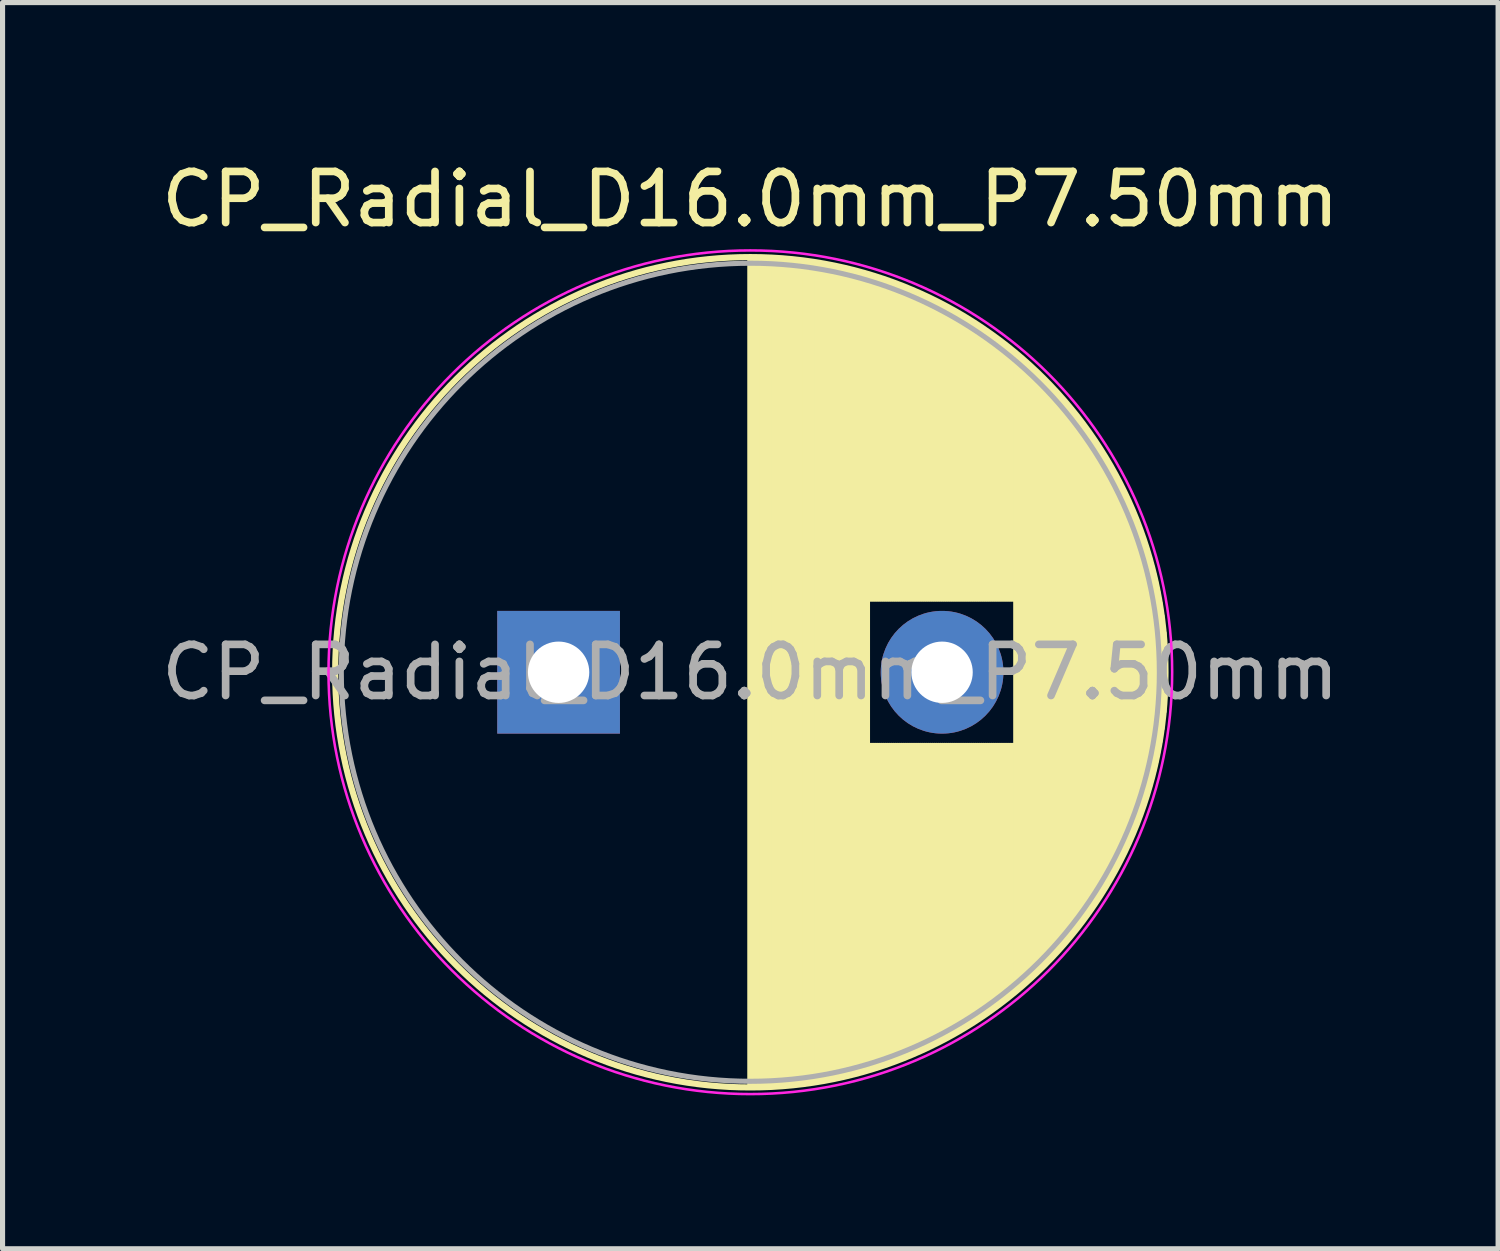
<source format=kicad_pcb>
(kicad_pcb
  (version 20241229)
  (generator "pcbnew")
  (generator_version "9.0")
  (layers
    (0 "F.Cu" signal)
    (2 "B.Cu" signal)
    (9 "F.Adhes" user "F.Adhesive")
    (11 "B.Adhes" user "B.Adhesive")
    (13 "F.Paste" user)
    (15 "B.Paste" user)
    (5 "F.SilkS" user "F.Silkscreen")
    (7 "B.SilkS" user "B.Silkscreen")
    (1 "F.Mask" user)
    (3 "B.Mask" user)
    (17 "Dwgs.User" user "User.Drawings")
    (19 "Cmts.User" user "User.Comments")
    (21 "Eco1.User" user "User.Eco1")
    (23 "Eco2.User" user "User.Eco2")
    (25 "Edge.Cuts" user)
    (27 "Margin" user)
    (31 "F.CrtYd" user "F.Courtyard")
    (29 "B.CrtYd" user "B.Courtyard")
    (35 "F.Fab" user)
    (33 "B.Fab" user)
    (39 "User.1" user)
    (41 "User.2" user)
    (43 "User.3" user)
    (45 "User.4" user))
  (footprint "CP_Radial_D16.0mm_P7.50mm"
    (layer "F.Cu")
    (at 7.875 10.098)
    (property "Reference" "CP_Radial_D16.0mm_P7.50mm" (at 3.75 -9.25 0) (layer "F.SilkS") (effects (font (size 1 1) (thickness 0.15))))
    (attr through_hole)
    (fp_line (start 3.75 -8.081) (end 3.75 8.081) (stroke (width 0.12) (type solid)) (layer "F.SilkS"))
    (fp_line (start 3.79 -8.08) (end 3.79 8.08) (stroke (width 0.12) (type solid)) (layer "F.SilkS"))
    (fp_line (start 3.83 -8.08) (end 3.83 8.08) (stroke (width 0.12) (type solid)) (layer "F.SilkS"))
    (fp_line (start 3.87 -8.08) (end 3.87 8.08) (stroke (width 0.12) (type solid)) (layer "F.SilkS"))
    (fp_line (start 3.91 -8.079) (end 3.91 8.079) (stroke (width 0.12) (type solid)) (layer "F.SilkS"))
    (fp_line (start 3.95 -8.078) (end 3.95 8.078) (stroke (width 0.12) (type solid)) (layer "F.SilkS"))
    (fp_line (start 3.99 -8.077) (end 3.99 8.077) (stroke (width 0.12) (type solid)) (layer "F.SilkS"))
    (fp_line (start 4.03 -8.076) (end 4.03 8.076) (stroke (width 0.12) (type solid)) (layer "F.SilkS"))
    (fp_line (start 4.07 -8.074) (end 4.07 8.074) (stroke (width 0.12) (type solid)) (layer "F.SilkS"))
    (fp_line (start 4.11 -8.073) (end 4.11 8.073) (stroke (width 0.12) (type solid)) (layer "F.SilkS"))
    (fp_line (start 4.15 -8.071) (end 4.15 8.071) (stroke (width 0.12) (type solid)) (layer "F.SilkS"))
    (fp_line (start 4.19 -8.069) (end 4.19 8.069) (stroke (width 0.12) (type solid)) (layer "F.SilkS"))
    (fp_line (start 4.23 -8.066) (end 4.23 8.066) (stroke (width 0.12) (type solid)) (layer "F.SilkS"))
    (fp_line (start 4.27 -8.064) (end 4.27 8.064) (stroke (width 0.12) (type solid)) (layer "F.SilkS"))
    (fp_line (start 4.31 -8.061) (end 4.31 8.061) (stroke (width 0.12) (type solid)) (layer "F.SilkS"))
    (fp_line (start 4.35 -8.058) (end 4.35 8.058) (stroke (width 0.12) (type solid)) (layer "F.SilkS"))
    (fp_line (start 4.39 -8.055) (end 4.39 8.055) (stroke (width 0.12) (type solid)) (layer "F.SilkS"))
    (fp_line (start 4.43 -8.052) (end 4.43 8.052) (stroke (width 0.12) (type solid)) (layer "F.SilkS"))
    (fp_line (start 4.471 -8.049) (end 4.471 8.049) (stroke (width 0.12) (type solid)) (layer "F.SilkS"))
    (fp_line (start 4.511 -8.045) (end 4.511 8.045) (stroke (width 0.12) (type solid)) (layer "F.SilkS"))
    (fp_line (start 4.551 -8.041) (end 4.551 8.041) (stroke (width 0.12) (type solid)) (layer "F.SilkS"))
    (fp_line (start 4.591 -8.037) (end 4.591 8.037) (stroke (width 0.12) (type solid)) (layer "F.SilkS"))
    (fp_line (start 4.631 -8.033) (end 4.631 8.033) (stroke (width 0.12) (type solid)) (layer "F.SilkS"))
    (fp_line (start 4.671 -8.028) (end 4.671 8.028) (stroke (width 0.12) (type solid)) (layer "F.SilkS"))
    (fp_line (start 4.711 -8.024) (end 4.711 8.024) (stroke (width 0.12) (type solid)) (layer "F.SilkS"))
    (fp_line (start 4.751 -8.019) (end 4.751 8.019) (stroke (width 0.12) (type solid)) (layer "F.SilkS"))
    (fp_line (start 4.791 -8.014) (end 4.791 8.014) (stroke (width 0.12) (type solid)) (layer "F.SilkS"))
    (fp_line (start 4.831 -8.008) (end 4.831 8.008) (stroke (width 0.12) (type solid)) (layer "F.SilkS"))
    (fp_line (start 4.871 -8.003) (end 4.871 8.003) (stroke (width 0.12) (type solid)) (layer "F.SilkS"))
    (fp_line (start 4.911 -7.997) (end 4.911 7.997) (stroke (width 0.12) (type solid)) (layer "F.SilkS"))
    (fp_line (start 4.951 -7.991) (end 4.951 7.991) (stroke (width 0.12) (type solid)) (layer "F.SilkS"))
    (fp_line (start 4.991 -7.985) (end 4.991 7.985) (stroke (width 0.12) (type solid)) (layer "F.SilkS"))
    (fp_line (start 5.031 -7.979) (end 5.031 7.979) (stroke (width 0.12) (type solid)) (layer "F.SilkS"))
    (fp_line (start 5.071 -7.972) (end 5.071 7.972) (stroke (width 0.12) (type solid)) (layer "F.SilkS"))
    (fp_line (start 5.111 -7.966) (end 5.111 7.966) (stroke (width 0.12) (type solid)) (layer "F.SilkS"))
    (fp_line (start 5.151 -7.959) (end 5.151 7.959) (stroke (width 0.12) (type solid)) (layer "F.SilkS"))
    (fp_line (start 5.191 -7.952) (end 5.191 7.952) (stroke (width 0.12) (type solid)) (layer "F.SilkS"))
    (fp_line (start 5.231 -7.944) (end 5.231 7.944) (stroke (width 0.12) (type solid)) (layer "F.SilkS"))
    (fp_line (start 5.271 -7.937) (end 5.271 7.937) (stroke (width 0.12) (type solid)) (layer "F.SilkS"))
    (fp_line (start 5.311 -7.929) (end 5.311 7.929) (stroke (width 0.12) (type solid)) (layer "F.SilkS"))
    (fp_line (start 5.351 -7.921) (end 5.351 7.921) (stroke (width 0.12) (type solid)) (layer "F.SilkS"))
    (fp_line (start 5.391 -7.913) (end 5.391 7.913) (stroke (width 0.12) (type solid)) (layer "F.SilkS"))
    (fp_line (start 5.431 -7.905) (end 5.431 7.905) (stroke (width 0.12) (type solid)) (layer "F.SilkS"))
    (fp_line (start 5.471 -7.896) (end 5.471 7.896) (stroke (width 0.12) (type solid)) (layer "F.SilkS"))
    (fp_line (start 5.511 -7.887) (end 5.511 7.887) (stroke (width 0.12) (type solid)) (layer "F.SilkS"))
    (fp_line (start 5.551 -7.878) (end 5.551 7.878) (stroke (width 0.12) (type solid)) (layer "F.SilkS"))
    (fp_line (start 5.591 -7.869) (end 5.591 7.869) (stroke (width 0.12) (type solid)) (layer "F.SilkS"))
    (fp_line (start 5.631 -7.86) (end 5.631 7.86) (stroke (width 0.12) (type solid)) (layer "F.SilkS"))
    (fp_line (start 5.671 -7.85) (end 5.671 7.85) (stroke (width 0.12) (type solid)) (layer "F.SilkS"))
    (fp_line (start 5.711 -7.84) (end 5.711 7.84) (stroke (width 0.12) (type solid)) (layer "F.SilkS"))
    (fp_line (start 5.751 -7.83) (end 5.751 7.83) (stroke (width 0.12) (type solid)) (layer "F.SilkS"))
    (fp_line (start 5.791 -7.82) (end 5.791 7.82) (stroke (width 0.12) (type solid)) (layer "F.SilkS"))
    (fp_line (start 5.831 -7.81) (end 5.831 7.81) (stroke (width 0.12) (type solid)) (layer "F.SilkS"))
    (fp_line (start 5.871 -7.799) (end 5.871 7.799) (stroke (width 0.12) (type solid)) (layer "F.SilkS"))
    (fp_line (start 5.911 -7.788) (end 5.911 7.788) (stroke (width 0.12) (type solid)) (layer "F.SilkS"))
    (fp_line (start 5.951 -7.777) (end 5.951 7.777) (stroke (width 0.12) (type solid)) (layer "F.SilkS"))
    (fp_line (start 5.991 -7.765) (end 5.991 7.765) (stroke (width 0.12) (type solid)) (layer "F.SilkS"))
    (fp_line (start 6.031 -7.754) (end 6.031 7.754) (stroke (width 0.12) (type solid)) (layer "F.SilkS"))
    (fp_line (start 6.071 -7.742) (end 6.071 -1.44) (stroke (width 0.12) (type solid)) (layer "F.SilkS"))
    (fp_line (start 6.071 1.44) (end 6.071 7.742) (stroke (width 0.12) (type solid)) (layer "F.SilkS"))
    (fp_line (start 6.111 -7.73) (end 6.111 -1.44) (stroke (width 0.12) (type solid)) (layer "F.SilkS"))
    (fp_line (start 6.111 1.44) (end 6.111 7.73) (stroke (width 0.12) (type solid)) (layer "F.SilkS"))
    (fp_line (start 6.151 -7.718) (end 6.151 -1.44) (stroke (width 0.12) (type solid)) (layer "F.SilkS"))
    (fp_line (start 6.151 1.44) (end 6.151 7.718) (stroke (width 0.12) (type solid)) (layer "F.SilkS"))
    (fp_line (start 6.191 -7.705) (end 6.191 -1.44) (stroke (width 0.12) (type solid)) (layer "F.SilkS"))
    (fp_line (start 6.191 1.44) (end 6.191 7.705) (stroke (width 0.12) (type solid)) (layer "F.SilkS"))
    (fp_line (start 6.231 -7.693) (end 6.231 -1.44) (stroke (width 0.12) (type solid)) (layer "F.SilkS"))
    (fp_line (start 6.231 1.44) (end 6.231 7.693) (stroke (width 0.12) (type solid)) (layer "F.SilkS"))
    (fp_line (start 6.271 -7.68) (end 6.271 -1.44) (stroke (width 0.12) (type solid)) (layer "F.SilkS"))
    (fp_line (start 6.271 1.44) (end 6.271 7.68) (stroke (width 0.12) (type solid)) (layer "F.SilkS"))
    (fp_line (start 6.311 -7.666) (end 6.311 -1.44) (stroke (width 0.12) (type solid)) (layer "F.SilkS"))
    (fp_line (start 6.311 1.44) (end 6.311 7.666) (stroke (width 0.12) (type solid)) (layer "F.SilkS"))
    (fp_line (start 6.351 -7.653) (end 6.351 -1.44) (stroke (width 0.12) (type solid)) (layer "F.SilkS"))
    (fp_line (start 6.351 1.44) (end 6.351 7.653) (stroke (width 0.12) (type solid)) (layer "F.SilkS"))
    (fp_line (start 6.391 -7.639) (end 6.391 -1.44) (stroke (width 0.12) (type solid)) (layer "F.SilkS"))
    (fp_line (start 6.391 1.44) (end 6.391 7.639) (stroke (width 0.12) (type solid)) (layer "F.SilkS"))
    (fp_line (start 6.431 -7.625) (end 6.431 -1.44) (stroke (width 0.12) (type solid)) (layer "F.SilkS"))
    (fp_line (start 6.431 1.44) (end 6.431 7.625) (stroke (width 0.12) (type solid)) (layer "F.SilkS"))
    (fp_line (start 6.471 -7.611) (end 6.471 -1.44) (stroke (width 0.12) (type solid)) (layer "F.SilkS"))
    (fp_line (start 6.471 1.44) (end 6.471 7.611) (stroke (width 0.12) (type solid)) (layer "F.SilkS"))
    (fp_line (start 6.511 -7.597) (end 6.511 -1.44) (stroke (width 0.12) (type solid)) (layer "F.SilkS"))
    (fp_line (start 6.511 1.44) (end 6.511 7.597) (stroke (width 0.12) (type solid)) (layer "F.SilkS"))
    (fp_line (start 6.551 -7.582) (end 6.551 -1.44) (stroke (width 0.12) (type solid)) (layer "F.SilkS"))
    (fp_line (start 6.551 1.44) (end 6.551 7.582) (stroke (width 0.12) (type solid)) (layer "F.SilkS"))
    (fp_line (start 6.591 -7.568) (end 6.591 -1.44) (stroke (width 0.12) (type solid)) (layer "F.SilkS"))
    (fp_line (start 6.591 1.44) (end 6.591 7.568) (stroke (width 0.12) (type solid)) (layer "F.SilkS"))
    (fp_line (start 6.631 -7.553) (end 6.631 -1.44) (stroke (width 0.12) (type solid)) (layer "F.SilkS"))
    (fp_line (start 6.631 1.44) (end 6.631 7.553) (stroke (width 0.12) (type solid)) (layer "F.SilkS"))
    (fp_line (start 6.671 -7.537) (end 6.671 -1.44) (stroke (width 0.12) (type solid)) (layer "F.SilkS"))
    (fp_line (start 6.671 1.44) (end 6.671 7.537) (stroke (width 0.12) (type solid)) (layer "F.SilkS"))
    (fp_line (start 6.711 -7.522) (end 6.711 -1.44) (stroke (width 0.12) (type solid)) (layer "F.SilkS"))
    (fp_line (start 6.711 1.44) (end 6.711 7.522) (stroke (width 0.12) (type solid)) (layer "F.SilkS"))
    (fp_line (start 6.751 -7.506) (end 6.751 -1.44) (stroke (width 0.12) (type solid)) (layer "F.SilkS"))
    (fp_line (start 6.751 1.44) (end 6.751 7.506) (stroke (width 0.12) (type solid)) (layer "F.SilkS"))
    (fp_line (start 6.791 -7.49) (end 6.791 -1.44) (stroke (width 0.12) (type solid)) (layer "F.SilkS"))
    (fp_line (start 6.791 1.44) (end 6.791 7.49) (stroke (width 0.12) (type solid)) (layer "F.SilkS"))
    (fp_line (start 6.831 -7.474) (end 6.831 -1.44) (stroke (width 0.12) (type solid)) (layer "F.SilkS"))
    (fp_line (start 6.831 1.44) (end 6.831 7.474) (stroke (width 0.12) (type solid)) (layer "F.SilkS"))
    (fp_line (start 6.871 -7.457) (end 6.871 -1.44) (stroke (width 0.12) (type solid)) (layer "F.SilkS"))
    (fp_line (start 6.871 1.44) (end 6.871 7.457) (stroke (width 0.12) (type solid)) (layer "F.SilkS"))
    (fp_line (start 6.911 -7.44) (end 6.911 -1.44) (stroke (width 0.12) (type solid)) (layer "F.SilkS"))
    (fp_line (start 6.911 1.44) (end 6.911 7.44) (stroke (width 0.12) (type solid)) (layer "F.SilkS"))
    (fp_line (start 6.951 -7.423) (end 6.951 -1.44) (stroke (width 0.12) (type solid)) (layer "F.SilkS"))
    (fp_line (start 6.951 1.44) (end 6.951 7.423) (stroke (width 0.12) (type solid)) (layer "F.SilkS"))
    (fp_line (start 6.991 -7.406) (end 6.991 -1.44) (stroke (width 0.12) (type solid)) (layer "F.SilkS"))
    (fp_line (start 6.991 1.44) (end 6.991 7.406) (stroke (width 0.12) (type solid)) (layer "F.SilkS"))
    (fp_line (start 7.031 -7.389) (end 7.031 -1.44) (stroke (width 0.12) (type solid)) (layer "F.SilkS"))
    (fp_line (start 7.031 1.44) (end 7.031 7.389) (stroke (width 0.12) (type solid)) (layer "F.SilkS"))
    (fp_line (start 7.071 -7.371) (end 7.071 -1.44) (stroke (width 0.12) (type solid)) (layer "F.SilkS"))
    (fp_line (start 7.071 1.44) (end 7.071 7.371) (stroke (width 0.12) (type solid)) (layer "F.SilkS"))
    (fp_line (start 7.111 -7.353) (end 7.111 -1.44) (stroke (width 0.12) (type solid)) (layer "F.SilkS"))
    (fp_line (start 7.111 1.44) (end 7.111 7.353) (stroke (width 0.12) (type solid)) (layer "F.SilkS"))
    (fp_line (start 7.151 -7.334) (end 7.151 -1.44) (stroke (width 0.12) (type solid)) (layer "F.SilkS"))
    (fp_line (start 7.151 1.44) (end 7.151 7.334) (stroke (width 0.12) (type solid)) (layer "F.SilkS"))
    (fp_line (start 7.191 -7.316) (end 7.191 -1.44) (stroke (width 0.12) (type solid)) (layer "F.SilkS"))
    (fp_line (start 7.191 1.44) (end 7.191 7.316) (stroke (width 0.12) (type solid)) (layer "F.SilkS"))
    (fp_line (start 7.231 -7.297) (end 7.231 -1.44) (stroke (width 0.12) (type solid)) (layer "F.SilkS"))
    (fp_line (start 7.231 1.44) (end 7.231 7.297) (stroke (width 0.12) (type solid)) (layer "F.SilkS"))
    (fp_line (start 7.271 -7.278) (end 7.271 -1.44) (stroke (width 0.12) (type solid)) (layer "F.SilkS"))
    (fp_line (start 7.271 1.44) (end 7.271 7.278) (stroke (width 0.12) (type solid)) (layer "F.SilkS"))
    (fp_line (start 7.311 -7.258) (end 7.311 -1.44) (stroke (width 0.12) (type solid)) (layer "F.SilkS"))
    (fp_line (start 7.311 1.44) (end 7.311 7.258) (stroke (width 0.12) (type solid)) (layer "F.SilkS"))
    (fp_line (start 7.351 -7.239) (end 7.351 -1.44) (stroke (width 0.12) (type solid)) (layer "F.SilkS"))
    (fp_line (start 7.351 1.44) (end 7.351 7.239) (stroke (width 0.12) (type solid)) (layer "F.SilkS"))
    (fp_line (start 7.391 -7.219) (end 7.391 -1.44) (stroke (width 0.12) (type solid)) (layer "F.SilkS"))
    (fp_line (start 7.391 1.44) (end 7.391 7.219) (stroke (width 0.12) (type solid)) (layer "F.SilkS"))
    (fp_line (start 7.431 -7.199) (end 7.431 -1.44) (stroke (width 0.12) (type solid)) (layer "F.SilkS"))
    (fp_line (start 7.431 1.44) (end 7.431 7.199) (stroke (width 0.12) (type solid)) (layer "F.SilkS"))
    (fp_line (start 7.471 -7.178) (end 7.471 -1.44) (stroke (width 0.12) (type solid)) (layer "F.SilkS"))
    (fp_line (start 7.471 1.44) (end 7.471 7.178) (stroke (width 0.12) (type solid)) (layer "F.SilkS"))
    (fp_line (start 7.511 -7.157) (end 7.511 -1.44) (stroke (width 0.12) (type solid)) (layer "F.SilkS"))
    (fp_line (start 7.511 1.44) (end 7.511 7.157) (stroke (width 0.12) (type solid)) (layer "F.SilkS"))
    (fp_line (start 7.551 -7.136) (end 7.551 -1.44) (stroke (width 0.12) (type solid)) (layer "F.SilkS"))
    (fp_line (start 7.551 1.44) (end 7.551 7.136) (stroke (width 0.12) (type solid)) (layer "F.SilkS"))
    (fp_line (start 7.591 -7.115) (end 7.591 -1.44) (stroke (width 0.12) (type solid)) (layer "F.SilkS"))
    (fp_line (start 7.591 1.44) (end 7.591 7.115) (stroke (width 0.12) (type solid)) (layer "F.SilkS"))
    (fp_line (start 7.631 -7.094) (end 7.631 -1.44) (stroke (width 0.12) (type solid)) (layer "F.SilkS"))
    (fp_line (start 7.631 1.44) (end 7.631 7.094) (stroke (width 0.12) (type solid)) (layer "F.SilkS"))
    (fp_line (start 7.671 -7.072) (end 7.671 -1.44) (stroke (width 0.12) (type solid)) (layer "F.SilkS"))
    (fp_line (start 7.671 1.44) (end 7.671 7.072) (stroke (width 0.12) (type solid)) (layer "F.SilkS"))
    (fp_line (start 7.711 -7.049) (end 7.711 -1.44) (stroke (width 0.12) (type solid)) (layer "F.SilkS"))
    (fp_line (start 7.711 1.44) (end 7.711 7.049) (stroke (width 0.12) (type solid)) (layer "F.SilkS"))
    (fp_line (start 7.751 -7.027) (end 7.751 -1.44) (stroke (width 0.12) (type solid)) (layer "F.SilkS"))
    (fp_line (start 7.751 1.44) (end 7.751 7.027) (stroke (width 0.12) (type solid)) (layer "F.SilkS"))
    (fp_line (start 7.791 -7.004) (end 7.791 -1.44) (stroke (width 0.12) (type solid)) (layer "F.SilkS"))
    (fp_line (start 7.791 1.44) (end 7.791 7.004) (stroke (width 0.12) (type solid)) (layer "F.SilkS"))
    (fp_line (start 7.831 -6.981) (end 7.831 -1.44) (stroke (width 0.12) (type solid)) (layer "F.SilkS"))
    (fp_line (start 7.831 1.44) (end 7.831 6.981) (stroke (width 0.12) (type solid)) (layer "F.SilkS"))
    (fp_line (start 7.871 -6.958) (end 7.871 -1.44) (stroke (width 0.12) (type solid)) (layer "F.SilkS"))
    (fp_line (start 7.871 1.44) (end 7.871 6.958) (stroke (width 0.12) (type solid)) (layer "F.SilkS"))
    (fp_line (start 7.911 -6.934) (end 7.911 -1.44) (stroke (width 0.12) (type solid)) (layer "F.SilkS"))
    (fp_line (start 7.911 1.44) (end 7.911 6.934) (stroke (width 0.12) (type solid)) (layer "F.SilkS"))
    (fp_line (start 7.951 -6.91) (end 7.951 -1.44) (stroke (width 0.12) (type solid)) (layer "F.SilkS"))
    (fp_line (start 7.951 1.44) (end 7.951 6.91) (stroke (width 0.12) (type solid)) (layer "F.SilkS"))
    (fp_line (start 7.991 -6.886) (end 7.991 -1.44) (stroke (width 0.12) (type solid)) (layer "F.SilkS"))
    (fp_line (start 7.991 1.44) (end 7.991 6.886) (stroke (width 0.12) (type solid)) (layer "F.SilkS"))
    (fp_line (start 8.031 -6.861) (end 8.031 -1.44) (stroke (width 0.12) (type solid)) (layer "F.SilkS"))
    (fp_line (start 8.031 1.44) (end 8.031 6.861) (stroke (width 0.12) (type solid)) (layer "F.SilkS"))
    (fp_line (start 8.071 -6.836) (end 8.071 -1.44) (stroke (width 0.12) (type solid)) (layer "F.SilkS"))
    (fp_line (start 8.071 1.44) (end 8.071 6.836) (stroke (width 0.12) (type solid)) (layer "F.SilkS"))
    (fp_line (start 8.111 -6.811) (end 8.111 -1.44) (stroke (width 0.12) (type solid)) (layer "F.SilkS"))
    (fp_line (start 8.111 1.44) (end 8.111 6.811) (stroke (width 0.12) (type solid)) (layer "F.SilkS"))
    (fp_line (start 8.151 -6.785) (end 8.151 -1.44) (stroke (width 0.12) (type solid)) (layer "F.SilkS"))
    (fp_line (start 8.151 1.44) (end 8.151 6.785) (stroke (width 0.12) (type solid)) (layer "F.SilkS"))
    (fp_line (start 8.191 -6.759) (end 8.191 -1.44) (stroke (width 0.12) (type solid)) (layer "F.SilkS"))
    (fp_line (start 8.191 1.44) (end 8.191 6.759) (stroke (width 0.12) (type solid)) (layer "F.SilkS"))
    (fp_line (start 8.231 -6.733) (end 8.231 -1.44) (stroke (width 0.12) (type solid)) (layer "F.SilkS"))
    (fp_line (start 8.231 1.44) (end 8.231 6.733) (stroke (width 0.12) (type solid)) (layer "F.SilkS"))
    (fp_line (start 8.271 -6.706) (end 8.271 -1.44) (stroke (width 0.12) (type solid)) (layer "F.SilkS"))
    (fp_line (start 8.271 1.44) (end 8.271 6.706) (stroke (width 0.12) (type solid)) (layer "F.SilkS"))
    (fp_line (start 8.311 -6.679) (end 8.311 -1.44) (stroke (width 0.12) (type solid)) (layer "F.SilkS"))
    (fp_line (start 8.311 1.44) (end 8.311 6.679) (stroke (width 0.12) (type solid)) (layer "F.SilkS"))
    (fp_line (start 8.351 -6.652) (end 8.351 -1.44) (stroke (width 0.12) (type solid)) (layer "F.SilkS"))
    (fp_line (start 8.351 1.44) (end 8.351 6.652) (stroke (width 0.12) (type solid)) (layer "F.SilkS"))
    (fp_line (start 8.391 -6.624) (end 8.391 -1.44) (stroke (width 0.12) (type solid)) (layer "F.SilkS"))
    (fp_line (start 8.391 1.44) (end 8.391 6.624) (stroke (width 0.12) (type solid)) (layer "F.SilkS"))
    (fp_line (start 8.431 -6.596) (end 8.431 -1.44) (stroke (width 0.12) (type solid)) (layer "F.SilkS"))
    (fp_line (start 8.431 1.44) (end 8.431 6.596) (stroke (width 0.12) (type solid)) (layer "F.SilkS"))
    (fp_line (start 8.471 -6.568) (end 8.471 -1.44) (stroke (width 0.12) (type solid)) (layer "F.SilkS"))
    (fp_line (start 8.471 1.44) (end 8.471 6.568) (stroke (width 0.12) (type solid)) (layer "F.SilkS"))
    (fp_line (start 8.511 -6.539) (end 8.511 -1.44) (stroke (width 0.12) (type solid)) (layer "F.SilkS"))
    (fp_line (start 8.511 1.44) (end 8.511 6.539) (stroke (width 0.12) (type solid)) (layer "F.SilkS"))
    (fp_line (start 8.551 -6.51) (end 8.551 -1.44) (stroke (width 0.12) (type solid)) (layer "F.SilkS"))
    (fp_line (start 8.551 1.44) (end 8.551 6.51) (stroke (width 0.12) (type solid)) (layer "F.SilkS"))
    (fp_line (start 8.591 -6.48) (end 8.591 -1.44) (stroke (width 0.12) (type solid)) (layer "F.SilkS"))
    (fp_line (start 8.591 1.44) (end 8.591 6.48) (stroke (width 0.12) (type solid)) (layer "F.SilkS"))
    (fp_line (start 8.631 -6.45) (end 8.631 -1.44) (stroke (width 0.12) (type solid)) (layer "F.SilkS"))
    (fp_line (start 8.631 1.44) (end 8.631 6.45) (stroke (width 0.12) (type solid)) (layer "F.SilkS"))
    (fp_line (start 8.671 -6.42) (end 8.671 -1.44) (stroke (width 0.12) (type solid)) (layer "F.SilkS"))
    (fp_line (start 8.671 1.44) (end 8.671 6.42) (stroke (width 0.12) (type solid)) (layer "F.SilkS"))
    (fp_line (start 8.711 -6.39) (end 8.711 -1.44) (stroke (width 0.12) (type solid)) (layer "F.SilkS"))
    (fp_line (start 8.711 1.44) (end 8.711 6.39) (stroke (width 0.12) (type solid)) (layer "F.SilkS"))
    (fp_line (start 8.751 -6.358) (end 8.751 -1.44) (stroke (width 0.12) (type solid)) (layer "F.SilkS"))
    (fp_line (start 8.751 1.44) (end 8.751 6.358) (stroke (width 0.12) (type solid)) (layer "F.SilkS"))
    (fp_line (start 8.791 -6.327) (end 8.791 -1.44) (stroke (width 0.12) (type solid)) (layer "F.SilkS"))
    (fp_line (start 8.791 1.44) (end 8.791 6.327) (stroke (width 0.12) (type solid)) (layer "F.SilkS"))
    (fp_line (start 8.831 -6.295) (end 8.831 -1.44) (stroke (width 0.12) (type solid)) (layer "F.SilkS"))
    (fp_line (start 8.831 1.44) (end 8.831 6.295) (stroke (width 0.12) (type solid)) (layer "F.SilkS"))
    (fp_line (start 8.871 -6.263) (end 8.871 -1.44) (stroke (width 0.12) (type solid)) (layer "F.SilkS"))
    (fp_line (start 8.871 1.44) (end 8.871 6.263) (stroke (width 0.12) (type solid)) (layer "F.SilkS"))
    (fp_line (start 8.911 -6.23) (end 8.911 -1.44) (stroke (width 0.12) (type solid)) (layer "F.SilkS"))
    (fp_line (start 8.911 1.44) (end 8.911 6.23) (stroke (width 0.12) (type solid)) (layer "F.SilkS"))
    (fp_line (start 8.951 -6.197) (end 8.951 6.197) (stroke (width 0.12) (type solid)) (layer "F.SilkS"))
    (fp_line (start 8.991 -6.163) (end 8.991 6.163) (stroke (width 0.12) (type solid)) (layer "F.SilkS"))
    (fp_line (start 9.031 -6.129) (end 9.031 6.129) (stroke (width 0.12) (type solid)) (layer "F.SilkS"))
    (fp_line (start 9.071 -6.095) (end 9.071 6.095) (stroke (width 0.12) (type solid)) (layer "F.SilkS"))
    (fp_line (start 9.111 -6.06) (end 9.111 6.06) (stroke (width 0.12) (type solid)) (layer "F.SilkS"))
    (fp_line (start 9.151 -6.025) (end 9.151 6.025) (stroke (width 0.12) (type solid)) (layer "F.SilkS"))
    (fp_line (start 9.191 -5.989) (end 9.191 5.989) (stroke (width 0.12) (type solid)) (layer "F.SilkS"))
    (fp_line (start 9.231 -5.952) (end 9.231 5.952) (stroke (width 0.12) (type solid)) (layer "F.SilkS"))
    (fp_line (start 9.271 -5.916) (end 9.271 5.916) (stroke (width 0.12) (type solid)) (layer "F.SilkS"))
    (fp_line (start 9.311 -5.878) (end 9.311 5.878) (stroke (width 0.12) (type solid)) (layer "F.SilkS"))
    (fp_line (start 9.351 -5.84) (end 9.351 5.84) (stroke (width 0.12) (type solid)) (layer "F.SilkS"))
    (fp_line (start 9.391 -5.802) (end 9.391 5.802) (stroke (width 0.12) (type solid)) (layer "F.SilkS"))
    (fp_line (start 9.431 -5.763) (end 9.431 5.763) (stroke (width 0.12) (type solid)) (layer "F.SilkS"))
    (fp_line (start 9.471 -5.724) (end 9.471 5.724) (stroke (width 0.12) (type solid)) (layer "F.SilkS"))
    (fp_line (start 9.511 -5.684) (end 9.511 5.684) (stroke (width 0.12) (type solid)) (layer "F.SilkS"))
    (fp_line (start 9.551 -5.643) (end 9.551 5.643) (stroke (width 0.12) (type solid)) (layer "F.SilkS"))
    (fp_line (start 9.591 -5.602) (end 9.591 5.602) (stroke (width 0.12) (type solid)) (layer "F.SilkS"))
    (fp_line (start 9.631 -5.56) (end 9.631 5.56) (stroke (width 0.12) (type solid)) (layer "F.SilkS"))
    (fp_line (start 9.671 -5.518) (end 9.671 5.518) (stroke (width 0.12) (type solid)) (layer "F.SilkS"))
    (fp_line (start 9.711 -5.475) (end 9.711 5.475) (stroke (width 0.12) (type solid)) (layer "F.SilkS"))
    (fp_line (start 9.751 -5.432) (end 9.751 5.432) (stroke (width 0.12) (type solid)) (layer "F.SilkS"))
    (fp_line (start 9.791 -5.388) (end 9.791 5.388) (stroke (width 0.12) (type solid)) (layer "F.SilkS"))
    (fp_line (start 9.831 -5.343) (end 9.831 5.343) (stroke (width 0.12) (type solid)) (layer "F.SilkS"))
    (fp_line (start 9.871 -5.297) (end 9.871 5.297) (stroke (width 0.12) (type solid)) (layer "F.SilkS"))
    (fp_line (start 9.911 -5.251) (end 9.911 5.251) (stroke (width 0.12) (type solid)) (layer "F.SilkS"))
    (fp_line (start 9.951 -5.204) (end 9.951 5.204) (stroke (width 0.12) (type solid)) (layer "F.SilkS"))
    (fp_line (start 9.991 -5.156) (end 9.991 5.156) (stroke (width 0.12) (type solid)) (layer "F.SilkS"))
    (fp_line (start 10.031 -5.108) (end 10.031 5.108) (stroke (width 0.12) (type solid)) (layer "F.SilkS"))
    (fp_line (start 10.071 -5.059) (end 10.071 5.059) (stroke (width 0.12) (type solid)) (layer "F.SilkS"))
    (fp_line (start 10.111 -5.009) (end 10.111 5.009) (stroke (width 0.12) (type solid)) (layer "F.SilkS"))
    (fp_line (start 10.151 -4.958) (end 10.151 4.958) (stroke (width 0.12) (type solid)) (layer "F.SilkS"))
    (fp_line (start 10.191 -4.906) (end 10.191 4.906) (stroke (width 0.12) (type solid)) (layer "F.SilkS"))
    (fp_line (start 10.231 -4.854) (end 10.231 4.854) (stroke (width 0.12) (type solid)) (layer "F.SilkS"))
    (fp_line (start 10.271 -4.8) (end 10.271 4.8) (stroke (width 0.12) (type solid)) (layer "F.SilkS"))
    (fp_line (start 10.311 -4.746) (end 10.311 4.746) (stroke (width 0.12) (type solid)) (layer "F.SilkS"))
    (fp_line (start 10.351 -4.691) (end 10.351 4.691) (stroke (width 0.12) (type solid)) (layer "F.SilkS"))
    (fp_line (start 10.391 -4.634) (end 10.391 4.634) (stroke (width 0.12) (type solid)) (layer "F.SilkS"))
    (fp_line (start 10.431 -4.577) (end 10.431 4.577) (stroke (width 0.12) (type solid)) (layer "F.SilkS"))
    (fp_line (start 10.471 -4.519) (end 10.471 4.519) (stroke (width 0.12) (type solid)) (layer "F.SilkS"))
    (fp_line (start 10.511 -4.459) (end 10.511 4.459) (stroke (width 0.12) (type solid)) (layer "F.SilkS"))
    (fp_line (start 10.551 -4.398) (end 10.551 4.398) (stroke (width 0.12) (type solid)) (layer "F.SilkS"))
    (fp_line (start 10.591 -4.336) (end 10.591 4.336) (stroke (width 0.12) (type solid)) (layer "F.SilkS"))
    (fp_line (start 10.631 -4.273) (end 10.631 4.273) (stroke (width 0.12) (type solid)) (layer "F.SilkS"))
    (fp_line (start 10.671 -4.209) (end 10.671 4.209) (stroke (width 0.12) (type solid)) (layer "F.SilkS"))
    (fp_line (start 10.711 -4.143) (end 10.711 4.143) (stroke (width 0.12) (type solid)) (layer "F.SilkS"))
    (fp_line (start 10.751 -4.076) (end 10.751 4.076) (stroke (width 0.12) (type solid)) (layer "F.SilkS"))
    (fp_line (start 10.791 -4.007) (end 10.791 4.007) (stroke (width 0.12) (type solid)) (layer "F.SilkS"))
    (fp_line (start 10.831 -3.936) (end 10.831 3.936) (stroke (width 0.12) (type solid)) (layer "F.SilkS"))
    (fp_line (start 10.871 -3.864) (end 10.871 3.864) (stroke (width 0.12) (type solid)) (layer "F.SilkS"))
    (fp_line (start 10.911 -3.79) (end 10.911 3.79) (stroke (width 0.12) (type solid)) (layer "F.SilkS"))
    (fp_line (start 10.951 -3.715) (end 10.951 3.715) (stroke (width 0.12) (type solid)) (layer "F.SilkS"))
    (fp_line (start 10.991 -3.637) (end 10.991 3.637) (stroke (width 0.12) (type solid)) (layer "F.SilkS"))
    (fp_line (start 11.031 -3.557) (end 11.031 3.557) (stroke (width 0.12) (type solid)) (layer "F.SilkS"))
    (fp_line (start 11.071 -3.475) (end 11.071 3.475) (stroke (width 0.12) (type solid)) (layer "F.SilkS"))
    (fp_line (start 11.111 -3.39) (end 11.111 3.39) (stroke (width 0.12) (type solid)) (layer "F.SilkS"))
    (fp_line (start 11.151 -3.303) (end 11.151 3.303) (stroke (width 0.12) (type solid)) (layer "F.SilkS"))
    (fp_line (start 11.191 -3.213) (end 11.191 3.213) (stroke (width 0.12) (type solid)) (layer "F.SilkS"))
    (fp_line (start 11.231 -3.12) (end 11.231 3.12) (stroke (width 0.12) (type solid)) (layer "F.SilkS"))
    (fp_line (start 11.271 -3.024) (end 11.271 3.024) (stroke (width 0.12) (type solid)) (layer "F.SilkS"))
    (fp_line (start 11.311 -2.924) (end 11.311 2.924) (stroke (width 0.12) (type solid)) (layer "F.SilkS"))
    (fp_line (start 11.351 -2.82) (end 11.351 2.82) (stroke (width 0.12) (type solid)) (layer "F.SilkS"))
    (fp_line (start 11.391 -2.711) (end 11.391 2.711) (stroke (width 0.12) (type solid)) (layer "F.SilkS"))
    (fp_line (start 11.431 -2.597) (end 11.431 2.597) (stroke (width 0.12) (type solid)) (layer "F.SilkS"))
    (fp_line (start 11.471 -2.478) (end 11.471 2.478) (stroke (width 0.12) (type solid)) (layer "F.SilkS"))
    (fp_line (start 11.511 -2.351) (end 11.511 2.351) (stroke (width 0.12) (type solid)) (layer "F.SilkS"))
    (fp_line (start 11.551 -2.218) (end 11.551 2.218) (stroke (width 0.12) (type solid)) (layer "F.SilkS"))
    (fp_line (start 11.591 -2.074) (end 11.591 2.074) (stroke (width 0.12) (type solid)) (layer "F.SilkS"))
    (fp_line (start 11.631 -1.92) (end 11.631 1.92) (stroke (width 0.12) (type solid)) (layer "F.SilkS"))
    (fp_line (start 11.671 -1.752) (end 11.671 1.752) (stroke (width 0.12) (type solid)) (layer "F.SilkS"))
    (fp_line (start 11.711 -1.564) (end 11.711 1.564) (stroke (width 0.12) (type solid)) (layer "F.SilkS"))
    (fp_line (start 11.751 -1.351) (end 11.751 1.351) (stroke (width 0.12) (type solid)) (layer "F.SilkS"))
    (fp_line (start 11.791 -1.098) (end 11.791 1.098) (stroke (width 0.12) (type solid)) (layer "F.SilkS"))
    (fp_line (start 11.831 -0.765) (end 11.831 0.765) (stroke (width 0.12) (type solid)) (layer "F.SilkS"))
    (fp_circle (center 3.75 0) (end 11.87 0) (stroke (width 0.12) (type solid)) (fill no) (layer "F.SilkS"))
    (fp_circle (center 3.75 0) (end 12 0) (stroke (width 0.05) (type solid)) (fill no) (layer "F.CrtYd"))
    (fp_circle (center 3.75 0) (end 11.75 0) (stroke (width 0.1) (type solid)) (fill no) (layer "F.Fab"))
    (fp_text user "${REFERENCE}" (at 3.75 0 0) (layer "F.Fab") (effects (font (size 1 1) (thickness 0.15))))
    (pad "1" thru_hole rect (at 0 0) (size 2.4 2.4) (drill 1.2) (layers "*.Cu" "*.Mask"))
    (pad "2" thru_hole circle (at 7.5 0) (size 2.4 2.4) (drill 1.2) (layers "*.Cu" "*.Mask")))
  (gr_rect
    (start -3 -3)
    (end 26.25 21.373)
    (stroke (width 0.1) (type default))
    (fill no)
    (layer "Edge.Cuts")))
</source>
